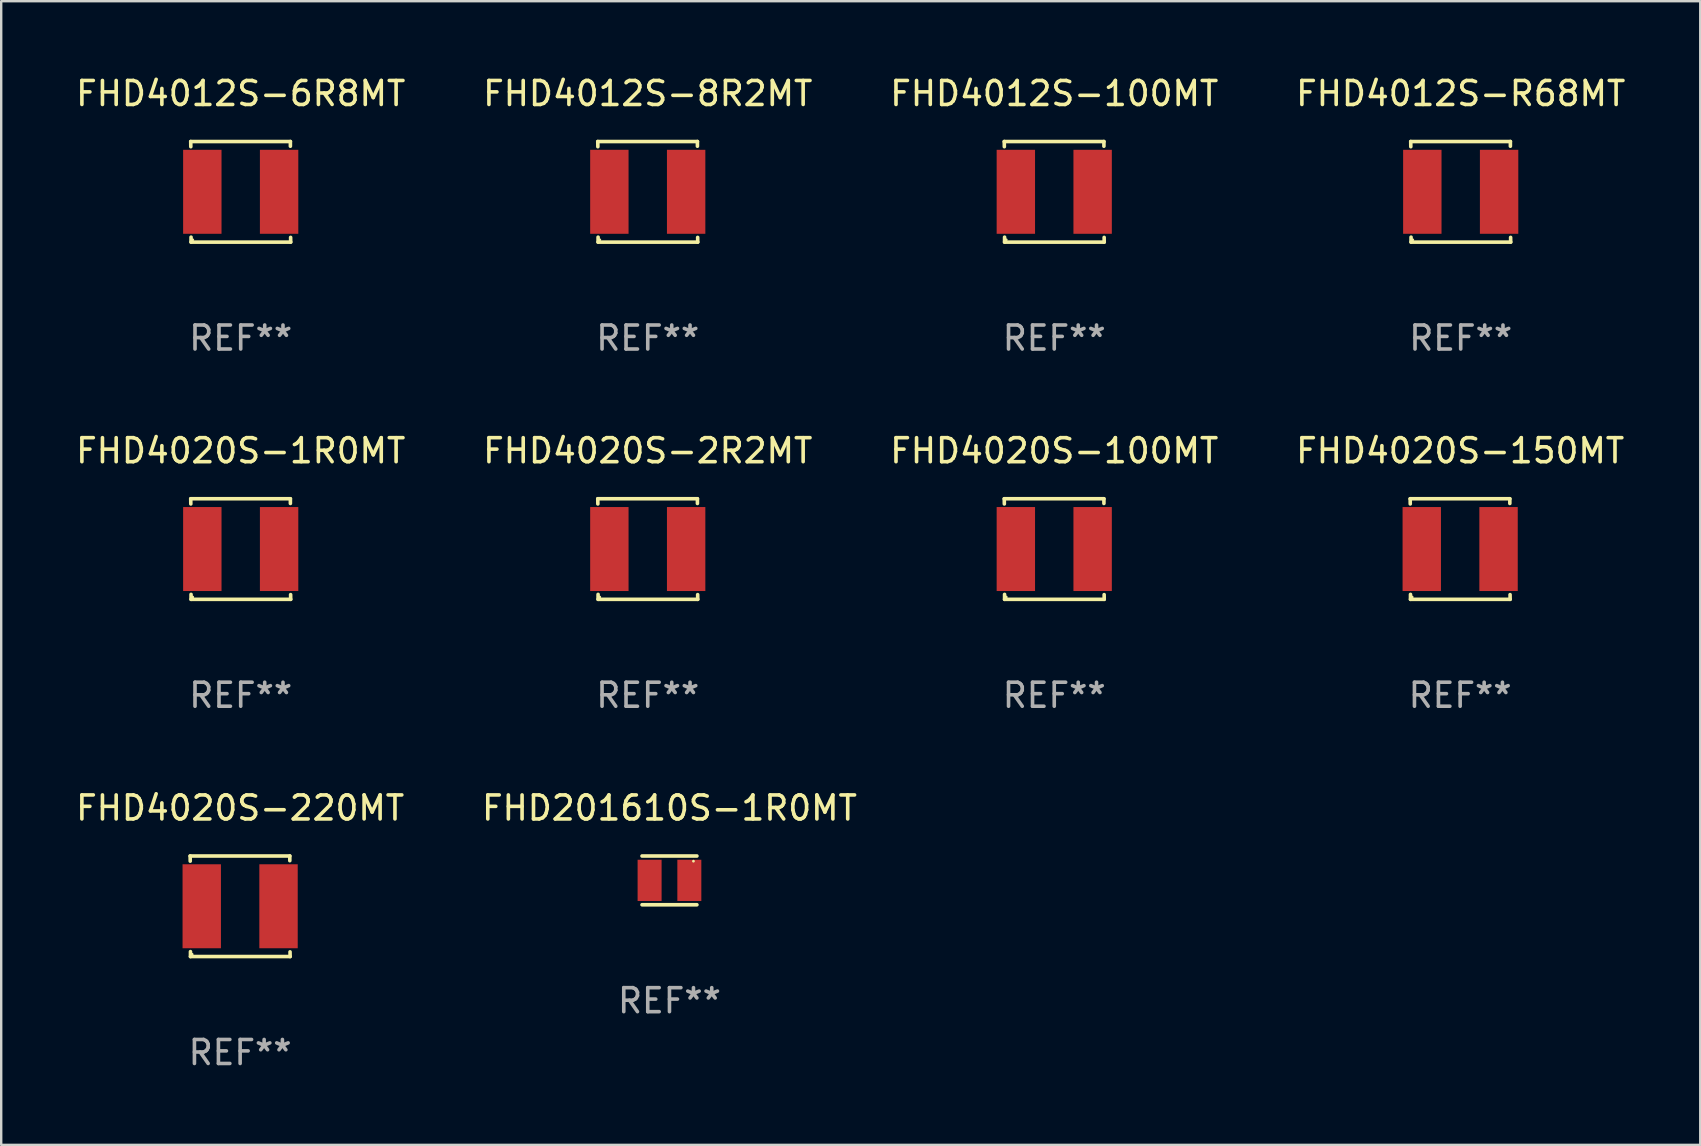
<source format=kicad_pcb>
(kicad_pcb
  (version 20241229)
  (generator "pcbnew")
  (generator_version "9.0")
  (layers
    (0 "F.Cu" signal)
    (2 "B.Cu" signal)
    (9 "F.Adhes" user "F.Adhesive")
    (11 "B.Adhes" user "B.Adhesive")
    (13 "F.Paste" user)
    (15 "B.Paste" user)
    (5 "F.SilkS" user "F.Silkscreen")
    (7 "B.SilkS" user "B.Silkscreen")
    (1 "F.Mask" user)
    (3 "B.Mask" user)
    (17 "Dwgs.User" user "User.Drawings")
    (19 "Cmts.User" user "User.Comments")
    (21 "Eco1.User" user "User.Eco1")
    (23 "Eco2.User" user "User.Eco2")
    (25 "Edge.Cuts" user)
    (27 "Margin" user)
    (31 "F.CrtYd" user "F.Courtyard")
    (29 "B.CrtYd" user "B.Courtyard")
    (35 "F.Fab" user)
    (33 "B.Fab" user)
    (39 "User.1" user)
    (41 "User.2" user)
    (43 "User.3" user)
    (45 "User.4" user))
  (footprint "FHD4020S-220MT"
    (layer "F.Cu")
    (at 6.958 34.72)
    (property "Reference" "FHD4020S-220MT" (at 0 -4.096 0) (layer "F.SilkS") (effects (font (size 1 1) (thickness 0.15))))
    (attr through_hole)
    (fp_line (start -2.083 -2.096) (end -2.08 -1.88) (stroke (width 0.15) (type solid)) (layer "F.SilkS"))
    (fp_line (start -2.07 1.89) (end -2.07 2.096) (stroke (width 0.15) (type solid)) (layer "F.SilkS"))
    (fp_line (start -2.07 2.096) (end 2.083 2.096) (stroke (width 0.15) (type solid)) (layer "F.SilkS"))
    (fp_line (start 2.07 -1.9) (end 2.07 -2.096) (stroke (width 0.15) (type solid)) (layer "F.SilkS"))
    (fp_line (start 2.07 -2.096) (end -2.083 -2.096) (stroke (width 0.15) (type solid)) (layer "F.SilkS"))
    (fp_line (start 2.083 2.096) (end 2.08 1.9) (stroke (width 0.15) (type solid)) (layer "F.SilkS"))
    (fp_circle (center -2 2) (end -1.97 2) (stroke (width 0.06) (type solid)) (fill no) (layer "F.SilkS"))
    (fp_text user "REF**" (at 0 6.096 0) (layer "F.Fab") (effects (font (size 1 1) (thickness 0.15))))
    (pad "1" smd rect (at -1.6 -0.000343) (size 1.6 3.5) (layers "F.Cu" "F.Mask" "F.Paste"))
    (pad "2" smd rect (at 1.6 -0.000343) (size 1.6 3.5) (layers "F.Cu" "F.Mask" "F.Paste")))
  (footprint "FHD201610S-1R0MT"
    (layer "F.Cu")
    (at 24.851 33.641)
    (property "Reference" "FHD201610S-1R0MT" (at 0 -3.016 0) (layer "F.SilkS") (effects (font (size 1 1) (thickness 0.15))))
    (attr through_hole)
    (fp_line (start -1.143 -1.016) (end 1.143 -1.016) (stroke (width 0.152) (type solid)) (layer "F.SilkS"))
    (fp_line (start 1.143 1.016) (end -1.143 1.016) (stroke (width 0.152) (type solid)) (layer "F.SilkS"))
    (fp_circle (center 1 -0.8) (end 1.03 -0.8) (stroke (width 0.06) (type solid)) (fill no) (layer "F.SilkS"))
    (fp_text user "REF**" (at 0 5.016 0) (layer "F.Fab") (effects (font (size 1 1) (thickness 0.15))))
    (pad "1" smd rect (at 0.828 0) (size 1 1.72) (layers "F.Cu" "F.Mask" "F.Paste"))
    (pad "2" smd rect (at -0.828 0) (size 1 1.72) (layers "F.Cu" "F.Mask" "F.Paste")))
  (footprint "FHD4012S-8R2MT"
    (layer "F.Cu")
    (at 23.946 4.944)
    (property "Reference" "FHD4012S-8R2MT" (at 0 -4.096 0) (layer "F.SilkS") (effects (font (size 1 1) (thickness 0.15))))
    (attr through_hole)
    (fp_line (start -2.083 -2.096) (end -2.08 -1.88) (stroke (width 0.15) (type solid)) (layer "F.SilkS"))
    (fp_line (start -2.07 1.89) (end -2.07 2.096) (stroke (width 0.15) (type solid)) (layer "F.SilkS"))
    (fp_line (start -2.07 2.096) (end 2.083 2.096) (stroke (width 0.15) (type solid)) (layer "F.SilkS"))
    (fp_line (start 2.07 -1.9) (end 2.07 -2.096) (stroke (width 0.15) (type solid)) (layer "F.SilkS"))
    (fp_line (start 2.07 -2.096) (end -2.083 -2.096) (stroke (width 0.15) (type solid)) (layer "F.SilkS"))
    (fp_line (start 2.083 2.096) (end 2.08 1.9) (stroke (width 0.15) (type solid)) (layer "F.SilkS"))
    (fp_circle (center -2 2) (end -1.97 2) (stroke (width 0.06) (type solid)) (fill no) (layer "F.SilkS"))
    (fp_text user "REF**" (at 0 6.096 0) (layer "F.Fab") (effects (font (size 1 1) (thickness 0.15))))
    (pad "1" smd rect (at -1.6 -0.000343) (size 1.6 3.5) (layers "F.Cu" "F.Mask" "F.Paste"))
    (pad "2" smd rect (at 1.6 -0.000343) (size 1.6 3.5) (layers "F.Cu" "F.Mask" "F.Paste")))
  (footprint "FHD4020S-100MT"
    (layer "F.Cu")
    (at 40.887 19.832)
    (property "Reference" "FHD4020S-100MT" (at 0 -4.096 0) (layer "F.SilkS") (effects (font (size 1 1) (thickness 0.15))))
    (attr through_hole)
    (fp_line (start -2.083 -2.096) (end -2.08 -1.88) (stroke (width 0.15) (type solid)) (layer "F.SilkS"))
    (fp_line (start -2.07 1.89) (end -2.07 2.096) (stroke (width 0.15) (type solid)) (layer "F.SilkS"))
    (fp_line (start -2.07 2.096) (end 2.083 2.096) (stroke (width 0.15) (type solid)) (layer "F.SilkS"))
    (fp_line (start 2.07 -1.9) (end 2.07 -2.096) (stroke (width 0.15) (type solid)) (layer "F.SilkS"))
    (fp_line (start 2.07 -2.096) (end -2.083 -2.096) (stroke (width 0.15) (type solid)) (layer "F.SilkS"))
    (fp_line (start 2.083 2.096) (end 2.08 1.9) (stroke (width 0.15) (type solid)) (layer "F.SilkS"))
    (fp_circle (center -2 2) (end -1.97 2) (stroke (width 0.06) (type solid)) (fill no) (layer "F.SilkS"))
    (fp_text user "REF**" (at 0 6.096 0) (layer "F.Fab") (effects (font (size 1 1) (thickness 0.15))))
    (pad "1" smd rect (at -1.6 -0.000343) (size 1.6 3.5) (layers "F.Cu" "F.Mask" "F.Paste"))
    (pad "2" smd rect (at 1.6 -0.000343) (size 1.6 3.5) (layers "F.Cu" "F.Mask" "F.Paste")))
  (footprint "FHD4020S-2R2MT"
    (layer "F.Cu")
    (at 23.946 19.832)
    (property "Reference" "FHD4020S-2R2MT" (at 0 -4.096 0) (layer "F.SilkS") (effects (font (size 1 1) (thickness 0.15))))
    (attr through_hole)
    (fp_line (start -2.083 -2.096) (end -2.08 -1.88) (stroke (width 0.15) (type solid)) (layer "F.SilkS"))
    (fp_line (start -2.07 1.89) (end -2.07 2.096) (stroke (width 0.15) (type solid)) (layer "F.SilkS"))
    (fp_line (start -2.07 2.096) (end 2.083 2.096) (stroke (width 0.15) (type solid)) (layer "F.SilkS"))
    (fp_line (start 2.07 -1.9) (end 2.07 -2.096) (stroke (width 0.15) (type solid)) (layer "F.SilkS"))
    (fp_line (start 2.07 -2.096) (end -2.083 -2.096) (stroke (width 0.15) (type solid)) (layer "F.SilkS"))
    (fp_line (start 2.083 2.096) (end 2.08 1.9) (stroke (width 0.15) (type solid)) (layer "F.SilkS"))
    (fp_circle (center -2 2) (end -1.97 2) (stroke (width 0.06) (type solid)) (fill no) (layer "F.SilkS"))
    (fp_text user "REF**" (at 0 6.096 0) (layer "F.Fab") (effects (font (size 1 1) (thickness 0.15))))
    (pad "1" smd rect (at -1.6 -0.000343) (size 1.6 3.5) (layers "F.Cu" "F.Mask" "F.Paste"))
    (pad "2" smd rect (at 1.6 -0.000343) (size 1.6 3.5) (layers "F.Cu" "F.Mask" "F.Paste")))
  (footprint "FHD4012S-R68MT"
    (layer "F.Cu")
    (at 57.827 4.944)
    (property "Reference" "FHD4012S-R68MT" (at 0 -4.096 0) (layer "F.SilkS") (effects (font (size 1 1) (thickness 0.15))))
    (attr through_hole)
    (fp_line (start -2.083 -2.096) (end -2.08 -1.88) (stroke (width 0.15) (type solid)) (layer "F.SilkS"))
    (fp_line (start -2.07 1.89) (end -2.07 2.096) (stroke (width 0.15) (type solid)) (layer "F.SilkS"))
    (fp_line (start -2.07 2.096) (end 2.083 2.096) (stroke (width 0.15) (type solid)) (layer "F.SilkS"))
    (fp_line (start 2.07 -1.9) (end 2.07 -2.096) (stroke (width 0.15) (type solid)) (layer "F.SilkS"))
    (fp_line (start 2.07 -2.096) (end -2.083 -2.096) (stroke (width 0.15) (type solid)) (layer "F.SilkS"))
    (fp_line (start 2.083 2.096) (end 2.08 1.9) (stroke (width 0.15) (type solid)) (layer "F.SilkS"))
    (fp_circle (center -2 2) (end -1.97 2) (stroke (width 0.06) (type solid)) (fill no) (layer "F.SilkS"))
    (fp_text user "REF**" (at 0 6.096 0) (layer "F.Fab") (effects (font (size 1 1) (thickness 0.15))))
    (pad "1" smd rect (at -1.6 -0.000343) (size 1.6 3.5) (layers "F.Cu" "F.Mask" "F.Paste"))
    (pad "2" smd rect (at 1.6 -0.000343) (size 1.6 3.5) (layers "F.Cu" "F.Mask" "F.Paste")))
  (footprint "FHD4020S-150MT"
    (layer "F.Cu")
    (at 57.804 19.832)
    (property "Reference" "FHD4020S-150MT" (at 0 -4.096 0) (layer "F.SilkS") (effects (font (size 1 1) (thickness 0.15))))
    (attr through_hole)
    (fp_line (start -2.083 -2.096) (end -2.08 -1.88) (stroke (width 0.15) (type solid)) (layer "F.SilkS"))
    (fp_line (start -2.07 1.89) (end -2.07 2.096) (stroke (width 0.15) (type solid)) (layer "F.SilkS"))
    (fp_line (start -2.07 2.096) (end 2.083 2.096) (stroke (width 0.15) (type solid)) (layer "F.SilkS"))
    (fp_line (start 2.07 -1.9) (end 2.07 -2.096) (stroke (width 0.15) (type solid)) (layer "F.SilkS"))
    (fp_line (start 2.07 -2.096) (end -2.083 -2.096) (stroke (width 0.15) (type solid)) (layer "F.SilkS"))
    (fp_line (start 2.083 2.096) (end 2.08 1.9) (stroke (width 0.15) (type solid)) (layer "F.SilkS"))
    (fp_circle (center -2 2) (end -1.97 2) (stroke (width 0.06) (type solid)) (fill no) (layer "F.SilkS"))
    (fp_text user "REF**" (at 0 6.096 0) (layer "F.Fab") (effects (font (size 1 1) (thickness 0.15))))
    (pad "1" smd rect (at -1.6 -0.000343) (size 1.6 3.5) (layers "F.Cu" "F.Mask" "F.Paste"))
    (pad "2" smd rect (at 1.6 -0.000343) (size 1.6 3.5) (layers "F.Cu" "F.Mask" "F.Paste")))
  (footprint "FHD4020S-1R0MT"
    (layer "F.Cu")
    (at 6.982 19.832)
    (property "Reference" "FHD4020S-1R0MT" (at 0 -4.096 0) (layer "F.SilkS") (effects (font (size 1 1) (thickness 0.15))))
    (attr through_hole)
    (fp_line (start -2.083 -2.096) (end -2.08 -1.88) (stroke (width 0.15) (type solid)) (layer "F.SilkS"))
    (fp_line (start -2.07 1.89) (end -2.07 2.096) (stroke (width 0.15) (type solid)) (layer "F.SilkS"))
    (fp_line (start -2.07 2.096) (end 2.083 2.096) (stroke (width 0.15) (type solid)) (layer "F.SilkS"))
    (fp_line (start 2.07 -1.9) (end 2.07 -2.096) (stroke (width 0.15) (type solid)) (layer "F.SilkS"))
    (fp_line (start 2.07 -2.096) (end -2.083 -2.096) (stroke (width 0.15) (type solid)) (layer "F.SilkS"))
    (fp_line (start 2.083 2.096) (end 2.08 1.9) (stroke (width 0.15) (type solid)) (layer "F.SilkS"))
    (fp_circle (center -2 2) (end -1.97 2) (stroke (width 0.06) (type solid)) (fill no) (layer "F.SilkS"))
    (fp_text user "REF**" (at 0 6.096 0) (layer "F.Fab") (effects (font (size 1 1) (thickness 0.15))))
    (pad "1" smd rect (at -1.6 -0.000343) (size 1.6 3.5) (layers "F.Cu" "F.Mask" "F.Paste"))
    (pad "2" smd rect (at 1.6 -0.000343) (size 1.6 3.5) (layers "F.Cu" "F.Mask" "F.Paste")))
  (footprint "FHD4012S-100MT"
    (layer "F.Cu")
    (at 40.887 4.944)
    (property "Reference" "FHD4012S-100MT" (at 0 -4.096 0) (layer "F.SilkS") (effects (font (size 1 1) (thickness 0.15))))
    (attr through_hole)
    (fp_line (start -2.083 -2.096) (end -2.08 -1.88) (stroke (width 0.15) (type solid)) (layer "F.SilkS"))
    (fp_line (start -2.07 1.89) (end -2.07 2.096) (stroke (width 0.15) (type solid)) (layer "F.SilkS"))
    (fp_line (start -2.07 2.096) (end 2.083 2.096) (stroke (width 0.15) (type solid)) (layer "F.SilkS"))
    (fp_line (start 2.07 -1.9) (end 2.07 -2.096) (stroke (width 0.15) (type solid)) (layer "F.SilkS"))
    (fp_line (start 2.07 -2.096) (end -2.083 -2.096) (stroke (width 0.15) (type solid)) (layer "F.SilkS"))
    (fp_line (start 2.083 2.096) (end 2.08 1.9) (stroke (width 0.15) (type solid)) (layer "F.SilkS"))
    (fp_circle (center -2 2) (end -1.97 2) (stroke (width 0.06) (type solid)) (fill no) (layer "F.SilkS"))
    (fp_text user "REF**" (at 0 6.096 0) (layer "F.Fab") (effects (font (size 1 1) (thickness 0.15))))
    (pad "1" smd rect (at -1.6 -0.000343) (size 1.6 3.5) (layers "F.Cu" "F.Mask" "F.Paste"))
    (pad "2" smd rect (at 1.6 -0.000343) (size 1.6 3.5) (layers "F.Cu" "F.Mask" "F.Paste")))
  (footprint "FHD4012S-6R8MT"
    (layer "F.Cu")
    (at 6.982 4.944)
    (property "Reference" "FHD4012S-6R8MT" (at 0 -4.096 0) (layer "F.SilkS") (effects (font (size 1 1) (thickness 0.15))))
    (attr through_hole)
    (fp_line (start -2.083 -2.096) (end -2.08 -1.88) (stroke (width 0.15) (type solid)) (layer "F.SilkS"))
    (fp_line (start -2.07 1.89) (end -2.07 2.096) (stroke (width 0.15) (type solid)) (layer "F.SilkS"))
    (fp_line (start -2.07 2.096) (end 2.083 2.096) (stroke (width 0.15) (type solid)) (layer "F.SilkS"))
    (fp_line (start 2.07 -1.9) (end 2.07 -2.096) (stroke (width 0.15) (type solid)) (layer "F.SilkS"))
    (fp_line (start 2.07 -2.096) (end -2.083 -2.096) (stroke (width 0.15) (type solid)) (layer "F.SilkS"))
    (fp_line (start 2.083 2.096) (end 2.08 1.9) (stroke (width 0.15) (type solid)) (layer "F.SilkS"))
    (fp_circle (center -2 2) (end -1.97 2) (stroke (width 0.06) (type solid)) (fill no) (layer "F.SilkS"))
    (fp_text user "REF**" (at 0 6.096 0) (layer "F.Fab") (effects (font (size 1 1) (thickness 0.15))))
    (pad "1" smd rect (at -1.6 -0.000343) (size 1.6 3.5) (layers "F.Cu" "F.Mask" "F.Paste"))
    (pad "2" smd rect (at 1.6 -0.000343) (size 1.6 3.5) (layers "F.Cu" "F.Mask" "F.Paste")))
  (gr_rect
    (start -3 -3)
    (end 67.81 44.665)
    (stroke (width 0.1) (type default))
    (fill no)
    (layer "Edge.Cuts")))
</source>
